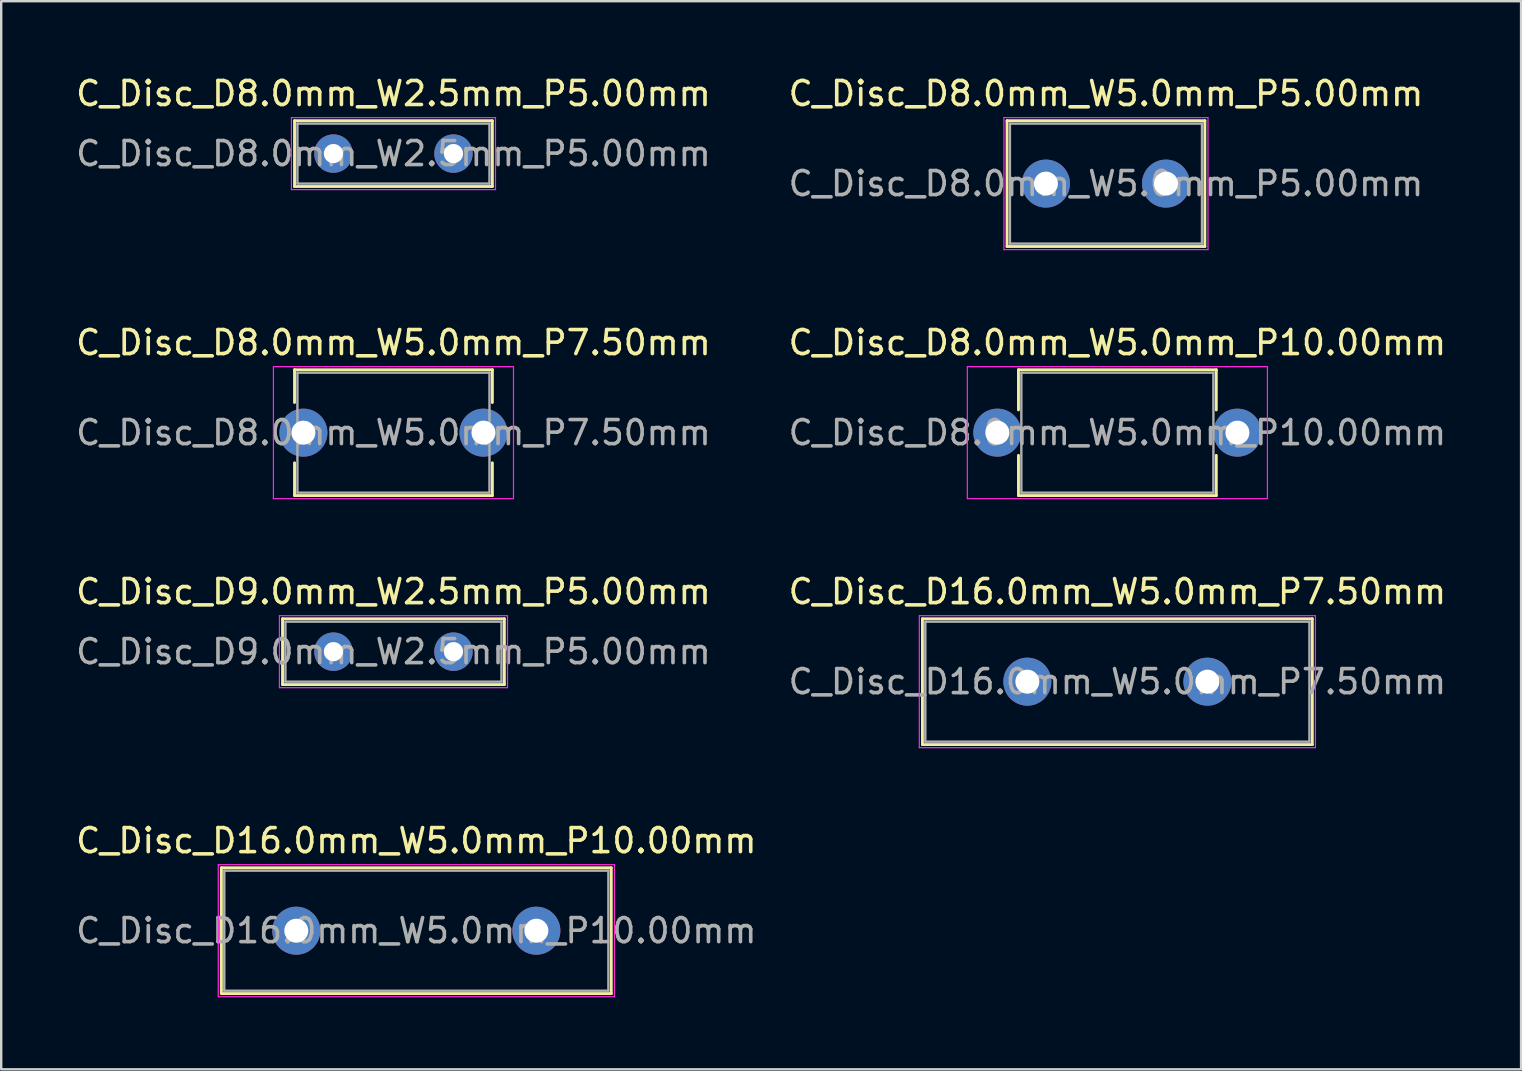
<source format=kicad_pcb>
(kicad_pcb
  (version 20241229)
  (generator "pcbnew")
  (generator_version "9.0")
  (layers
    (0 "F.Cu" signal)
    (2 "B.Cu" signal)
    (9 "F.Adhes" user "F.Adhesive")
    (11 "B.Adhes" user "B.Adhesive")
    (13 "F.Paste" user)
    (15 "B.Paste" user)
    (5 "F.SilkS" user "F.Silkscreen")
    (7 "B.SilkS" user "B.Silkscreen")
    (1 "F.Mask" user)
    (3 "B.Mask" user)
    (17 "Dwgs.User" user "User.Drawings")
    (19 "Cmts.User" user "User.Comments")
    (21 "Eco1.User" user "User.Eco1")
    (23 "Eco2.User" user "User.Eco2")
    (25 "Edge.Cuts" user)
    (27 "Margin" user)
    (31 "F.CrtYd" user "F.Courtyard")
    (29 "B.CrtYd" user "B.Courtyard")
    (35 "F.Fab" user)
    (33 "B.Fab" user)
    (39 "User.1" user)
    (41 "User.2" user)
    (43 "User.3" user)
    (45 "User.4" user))
  (footprint "C_Disc_D16.0mm_W5.0mm_P10.00mm"
    (layer "F.Cu")
    (at 9.292 35.718)
    (property "Reference" "C_Disc_D16.0mm_W5.0mm_P10.00mm" (at 5 -3.75 0) (layer "F.SilkS") (effects (font (size 1 1) (thickness 0.15))))
    (attr through_hole)
    (fp_line (start -3.12 -2.62) (end -3.12 2.62) (stroke (width 0.12) (type solid)) (layer "F.SilkS"))
    (fp_line (start -3.12 -2.62) (end 13.12 -2.62) (stroke (width 0.12) (type solid)) (layer "F.SilkS"))
    (fp_line (start -3.12 2.62) (end 13.12 2.62) (stroke (width 0.12) (type solid)) (layer "F.SilkS"))
    (fp_line (start 13.12 -2.62) (end 13.12 2.62) (stroke (width 0.12) (type solid)) (layer "F.SilkS"))
    (fp_line (start -3.25 -2.75) (end -3.25 2.75) (stroke (width 0.05) (type solid)) (layer "F.CrtYd"))
    (fp_line (start -3.25 2.75) (end 13.25 2.75) (stroke (width 0.05) (type solid)) (layer "F.CrtYd"))
    (fp_line (start 13.25 -2.75) (end -3.25 -2.75) (stroke (width 0.05) (type solid)) (layer "F.CrtYd"))
    (fp_line (start 13.25 2.75) (end 13.25 -2.75) (stroke (width 0.05) (type solid)) (layer "F.CrtYd"))
    (fp_line (start -3 -2.5) (end -3 2.5) (stroke (width 0.1) (type solid)) (layer "F.Fab"))
    (fp_line (start -3 2.5) (end 13 2.5) (stroke (width 0.1) (type solid)) (layer "F.Fab"))
    (fp_line (start 13 -2.5) (end -3 -2.5) (stroke (width 0.1) (type solid)) (layer "F.Fab"))
    (fp_line (start 13 2.5) (end 13 -2.5) (stroke (width 0.1) (type solid)) (layer "F.Fab"))
    (fp_text user "${REFERENCE}" (at 5 0 0) (layer "F.Fab") (effects (font (size 1 1) (thickness 0.15))))
    (pad "1" thru_hole circle (at 0 0) (size 2 2) (drill 1) (layers "*.Cu" "*.Mask"))
    (pad "2" thru_hole circle (at 10 0) (size 2 2) (drill 1) (layers "*.Cu" "*.Mask")))
  (footprint "C_Disc_D8.0mm_W5.0mm_P7.50mm"
    (layer "F.Cu")
    (at 9.589 14.972)
    (property "Reference" "C_Disc_D8.0mm_W5.0mm_P7.50mm" (at 3.75 -3.75 0) (layer "F.SilkS") (effects (font (size 1 1) (thickness 0.15))))
    (attr through_hole)
    (fp_line (start -0.37 -2.62) (end -0.37 -1.256) (stroke (width 0.12) (type solid)) (layer "F.SilkS"))
    (fp_line (start -0.37 -2.62) (end 7.87 -2.62) (stroke (width 0.12) (type solid)) (layer "F.SilkS"))
    (fp_line (start -0.37 1.256) (end -0.37 2.62) (stroke (width 0.12) (type solid)) (layer "F.SilkS"))
    (fp_line (start -0.37 2.62) (end 7.87 2.62) (stroke (width 0.12) (type solid)) (layer "F.SilkS"))
    (fp_line (start 7.87 -2.62) (end 7.87 -1.256) (stroke (width 0.12) (type solid)) (layer "F.SilkS"))
    (fp_line (start 7.87 1.256) (end 7.87 2.62) (stroke (width 0.12) (type solid)) (layer "F.SilkS"))
    (fp_line (start -1.25 -2.75) (end -1.25 2.75) (stroke (width 0.05) (type solid)) (layer "F.CrtYd"))
    (fp_line (start -1.25 2.75) (end 8.75 2.75) (stroke (width 0.05) (type solid)) (layer "F.CrtYd"))
    (fp_line (start 8.75 -2.75) (end -1.25 -2.75) (stroke (width 0.05) (type solid)) (layer "F.CrtYd"))
    (fp_line (start 8.75 2.75) (end 8.75 -2.75) (stroke (width 0.05) (type solid)) (layer "F.CrtYd"))
    (fp_line (start -0.25 -2.5) (end -0.25 2.5) (stroke (width 0.1) (type solid)) (layer "F.Fab"))
    (fp_line (start -0.25 2.5) (end 7.75 2.5) (stroke (width 0.1) (type solid)) (layer "F.Fab"))
    (fp_line (start 7.75 -2.5) (end -0.25 -2.5) (stroke (width 0.1) (type solid)) (layer "F.Fab"))
    (fp_line (start 7.75 2.5) (end 7.75 -2.5) (stroke (width 0.1) (type solid)) (layer "F.Fab"))
    (fp_text user "${REFERENCE}" (at 3.75 0 0) (layer "F.Fab") (effects (font (size 1 1) (thickness 0.15))))
    (pad "1" thru_hole circle (at 0 0) (size 2 2) (drill 1) (layers "*.Cu" "*.Mask"))
    (pad "2" thru_hole circle (at 7.5 0) (size 2 2) (drill 1) (layers "*.Cu" "*.Mask")))
  (footprint "C_Disc_D8.0mm_W2.5mm_P5.00mm"
    (layer "F.Cu")
    (at 10.839 3.348)
    (property "Reference" "C_Disc_D8.0mm_W2.5mm_P5.00mm" (at 2.5 -2.5 0) (layer "F.SilkS") (effects (font (size 1 1) (thickness 0.15))))
    (attr through_hole)
    (fp_line (start -1.62 -1.37) (end -1.62 1.37) (stroke (width 0.12) (type solid)) (layer "F.SilkS"))
    (fp_line (start -1.62 -1.37) (end 6.62 -1.37) (stroke (width 0.12) (type solid)) (layer "F.SilkS"))
    (fp_line (start -1.62 1.37) (end 6.62 1.37) (stroke (width 0.12) (type solid)) (layer "F.SilkS"))
    (fp_line (start 6.62 -1.37) (end 6.62 1.37) (stroke (width 0.12) (type solid)) (layer "F.SilkS"))
    (fp_line (start -1.75 -1.5) (end -1.75 1.5) (stroke (width 0.05) (type solid)) (layer "F.CrtYd"))
    (fp_line (start -1.75 1.5) (end 6.75 1.5) (stroke (width 0.05) (type solid)) (layer "F.CrtYd"))
    (fp_line (start 6.75 -1.5) (end -1.75 -1.5) (stroke (width 0.05) (type solid)) (layer "F.CrtYd"))
    (fp_line (start 6.75 1.5) (end 6.75 -1.5) (stroke (width 0.05) (type solid)) (layer "F.CrtYd"))
    (fp_line (start -1.5 -1.25) (end -1.5 1.25) (stroke (width 0.1) (type solid)) (layer "F.Fab"))
    (fp_line (start -1.5 1.25) (end 6.5 1.25) (stroke (width 0.1) (type solid)) (layer "F.Fab"))
    (fp_line (start 6.5 -1.25) (end -1.5 -1.25) (stroke (width 0.1) (type solid)) (layer "F.Fab"))
    (fp_line (start 6.5 1.25) (end 6.5 -1.25) (stroke (width 0.1) (type solid)) (layer "F.Fab"))
    (fp_text user "${REFERENCE}" (at 2.5 0 0) (layer "F.Fab") (effects (font (size 1 1) (thickness 0.15))))
    (pad "1" thru_hole circle (at 0 0) (size 1.6 1.6) (drill 0.8) (layers "*.Cu" "*.Mask"))
    (pad "2" thru_hole circle (at 5 0) (size 1.6 1.6) (drill 0.8) (layers "*.Cu" "*.Mask")))
  (footprint "C_Disc_D8.0mm_W5.0mm_P10.00mm"
    (layer "F.Cu")
    (at 38.494 14.972)
    (property "Reference" "C_Disc_D8.0mm_W5.0mm_P10.00mm" (at 5 -3.75 0) (layer "F.SilkS") (effects (font (size 1 1) (thickness 0.15))))
    (attr through_hole)
    (fp_line (start 0.88 -2.62) (end 0.88 -0.946) (stroke (width 0.12) (type solid)) (layer "F.SilkS"))
    (fp_line (start 0.88 -2.62) (end 9.12 -2.62) (stroke (width 0.12) (type solid)) (layer "F.SilkS"))
    (fp_line (start 0.88 0.946) (end 0.88 2.62) (stroke (width 0.12) (type solid)) (layer "F.SilkS"))
    (fp_line (start 0.88 2.62) (end 9.12 2.62) (stroke (width 0.12) (type solid)) (layer "F.SilkS"))
    (fp_line (start 9.12 -2.62) (end 9.12 -0.946) (stroke (width 0.12) (type solid)) (layer "F.SilkS"))
    (fp_line (start 9.12 0.946) (end 9.12 2.62) (stroke (width 0.12) (type solid)) (layer "F.SilkS"))
    (fp_line (start -1.25 -2.75) (end -1.25 2.75) (stroke (width 0.05) (type solid)) (layer "F.CrtYd"))
    (fp_line (start -1.25 2.75) (end 11.25 2.75) (stroke (width 0.05) (type solid)) (layer "F.CrtYd"))
    (fp_line (start 11.25 -2.75) (end -1.25 -2.75) (stroke (width 0.05) (type solid)) (layer "F.CrtYd"))
    (fp_line (start 11.25 2.75) (end 11.25 -2.75) (stroke (width 0.05) (type solid)) (layer "F.CrtYd"))
    (fp_line (start 1 -2.5) (end 1 2.5) (stroke (width 0.1) (type solid)) (layer "F.Fab"))
    (fp_line (start 1 2.5) (end 9 2.5) (stroke (width 0.1) (type solid)) (layer "F.Fab"))
    (fp_line (start 9 -2.5) (end 1 -2.5) (stroke (width 0.1) (type solid)) (layer "F.Fab"))
    (fp_line (start 9 2.5) (end 9 -2.5) (stroke (width 0.1) (type solid)) (layer "F.Fab"))
    (fp_text user "${REFERENCE}" (at 5 0 0) (layer "F.Fab") (effects (font (size 1 1) (thickness 0.15))))
    (pad "1" thru_hole circle (at 0 0) (size 2 2) (drill 1) (layers "*.Cu" "*.Mask"))
    (pad "2" thru_hole circle (at 10 0) (size 2 2) (drill 1) (layers "*.Cu" "*.Mask")))
  (footprint "C_Disc_D9.0mm_W2.5mm_P5.00mm"
    (layer "F.Cu")
    (at 10.839 24.095)
    (property "Reference" "C_Disc_D9.0mm_W2.5mm_P5.00mm" (at 2.5 -2.5 0) (layer "F.SilkS") (effects (font (size 1 1) (thickness 0.15))))
    (attr through_hole)
    (fp_line (start -2.12 -1.37) (end -2.12 1.37) (stroke (width 0.12) (type solid)) (layer "F.SilkS"))
    (fp_line (start -2.12 -1.37) (end 7.12 -1.37) (stroke (width 0.12) (type solid)) (layer "F.SilkS"))
    (fp_line (start -2.12 1.37) (end 7.12 1.37) (stroke (width 0.12) (type solid)) (layer "F.SilkS"))
    (fp_line (start 7.12 -1.37) (end 7.12 1.37) (stroke (width 0.12) (type solid)) (layer "F.SilkS"))
    (fp_line (start -2.25 -1.5) (end -2.25 1.5) (stroke (width 0.05) (type solid)) (layer "F.CrtYd"))
    (fp_line (start -2.25 1.5) (end 7.25 1.5) (stroke (width 0.05) (type solid)) (layer "F.CrtYd"))
    (fp_line (start 7.25 -1.5) (end -2.25 -1.5) (stroke (width 0.05) (type solid)) (layer "F.CrtYd"))
    (fp_line (start 7.25 1.5) (end 7.25 -1.5) (stroke (width 0.05) (type solid)) (layer "F.CrtYd"))
    (fp_line (start -2 -1.25) (end -2 1.25) (stroke (width 0.1) (type solid)) (layer "F.Fab"))
    (fp_line (start -2 1.25) (end 7 1.25) (stroke (width 0.1) (type solid)) (layer "F.Fab"))
    (fp_line (start 7 -1.25) (end -2 -1.25) (stroke (width 0.1) (type solid)) (layer "F.Fab"))
    (fp_line (start 7 1.25) (end 7 -1.25) (stroke (width 0.1) (type solid)) (layer "F.Fab"))
    (fp_text user "${REFERENCE}" (at 2.5 0 0) (layer "F.Fab") (effects (font (size 1 1) (thickness 0.15))))
    (pad "1" thru_hole circle (at 0 0) (size 1.6 1.6) (drill 0.8) (layers "*.Cu" "*.Mask"))
    (pad "2" thru_hole circle (at 5 0) (size 1.6 1.6) (drill 0.8) (layers "*.Cu" "*.Mask")))
  (footprint "C_Disc_D8.0mm_W5.0mm_P5.00mm"
    (layer "F.Cu")
    (at 40.518 4.598)
    (property "Reference" "C_Disc_D8.0mm_W5.0mm_P5.00mm" (at 2.5 -3.75 0) (layer "F.SilkS") (effects (font (size 1 1) (thickness 0.15))))
    (attr through_hole)
    (fp_line (start -1.62 -2.62) (end -1.62 2.62) (stroke (width 0.12) (type solid)) (layer "F.SilkS"))
    (fp_line (start -1.62 -2.62) (end 6.62 -2.62) (stroke (width 0.12) (type solid)) (layer "F.SilkS"))
    (fp_line (start -1.62 2.62) (end 6.62 2.62) (stroke (width 0.12) (type solid)) (layer "F.SilkS"))
    (fp_line (start 6.62 -2.62) (end 6.62 2.62) (stroke (width 0.12) (type solid)) (layer "F.SilkS"))
    (fp_line (start -1.75 -2.75) (end -1.75 2.75) (stroke (width 0.05) (type solid)) (layer "F.CrtYd"))
    (fp_line (start -1.75 2.75) (end 6.75 2.75) (stroke (width 0.05) (type solid)) (layer "F.CrtYd"))
    (fp_line (start 6.75 -2.75) (end -1.75 -2.75) (stroke (width 0.05) (type solid)) (layer "F.CrtYd"))
    (fp_line (start 6.75 2.75) (end 6.75 -2.75) (stroke (width 0.05) (type solid)) (layer "F.CrtYd"))
    (fp_line (start -1.5 -2.5) (end -1.5 2.5) (stroke (width 0.1) (type solid)) (layer "F.Fab"))
    (fp_line (start -1.5 2.5) (end 6.5 2.5) (stroke (width 0.1) (type solid)) (layer "F.Fab"))
    (fp_line (start 6.5 -2.5) (end -1.5 -2.5) (stroke (width 0.1) (type solid)) (layer "F.Fab"))
    (fp_line (start 6.5 2.5) (end 6.5 -2.5) (stroke (width 0.1) (type solid)) (layer "F.Fab"))
    (fp_text user "${REFERENCE}" (at 2.5 0 0) (layer "F.Fab") (effects (font (size 1 1) (thickness 0.15))))
    (pad "1" thru_hole circle (at 0 0) (size 2 2) (drill 1) (layers "*.Cu" "*.Mask"))
    (pad "2" thru_hole circle (at 5 0) (size 2 2) (drill 1) (layers "*.Cu" "*.Mask")))
  (footprint "C_Disc_D16.0mm_W5.0mm_P7.50mm"
    (layer "F.Cu")
    (at 39.744 25.345)
    (property "Reference" "C_Disc_D16.0mm_W5.0mm_P7.50mm" (at 3.75 -3.75 0) (layer "F.SilkS") (effects (font (size 1 1) (thickness 0.15))))
    (attr through_hole)
    (fp_line (start -4.37 -2.62) (end -4.37 2.62) (stroke (width 0.12) (type solid)) (layer "F.SilkS"))
    (fp_line (start -4.37 -2.62) (end 11.87 -2.62) (stroke (width 0.12) (type solid)) (layer "F.SilkS"))
    (fp_line (start -4.37 2.62) (end 11.87 2.62) (stroke (width 0.12) (type solid)) (layer "F.SilkS"))
    (fp_line (start 11.87 -2.62) (end 11.87 2.62) (stroke (width 0.12) (type solid)) (layer "F.SilkS"))
    (fp_line (start -4.5 -2.75) (end -4.5 2.75) (stroke (width 0.05) (type solid)) (layer "F.CrtYd"))
    (fp_line (start -4.5 2.75) (end 12 2.75) (stroke (width 0.05) (type solid)) (layer "F.CrtYd"))
    (fp_line (start 12 -2.75) (end -4.5 -2.75) (stroke (width 0.05) (type solid)) (layer "F.CrtYd"))
    (fp_line (start 12 2.75) (end 12 -2.75) (stroke (width 0.05) (type solid)) (layer "F.CrtYd"))
    (fp_line (start -4.25 -2.5) (end -4.25 2.5) (stroke (width 0.1) (type solid)) (layer "F.Fab"))
    (fp_line (start -4.25 2.5) (end 11.75 2.5) (stroke (width 0.1) (type solid)) (layer "F.Fab"))
    (fp_line (start 11.75 -2.5) (end -4.25 -2.5) (stroke (width 0.1) (type solid)) (layer "F.Fab"))
    (fp_line (start 11.75 2.5) (end 11.75 -2.5) (stroke (width 0.1) (type solid)) (layer "F.Fab"))
    (fp_text user "${REFERENCE}" (at 3.75 0 0) (layer "F.Fab") (effects (font (size 1 1) (thickness 0.15))))
    (pad "1" thru_hole circle (at 0 0) (size 2 2) (drill 1) (layers "*.Cu" "*.Mask"))
    (pad "2" thru_hole circle (at 7.5 0) (size 2 2) (drill 1) (layers "*.Cu" "*.Mask")))
  (gr_rect
    (start -3 -3)
    (end 60.31 41.493)
    (stroke (width 0.1) (type default))
    (fill no)
    (layer "Edge.Cuts")))
</source>
